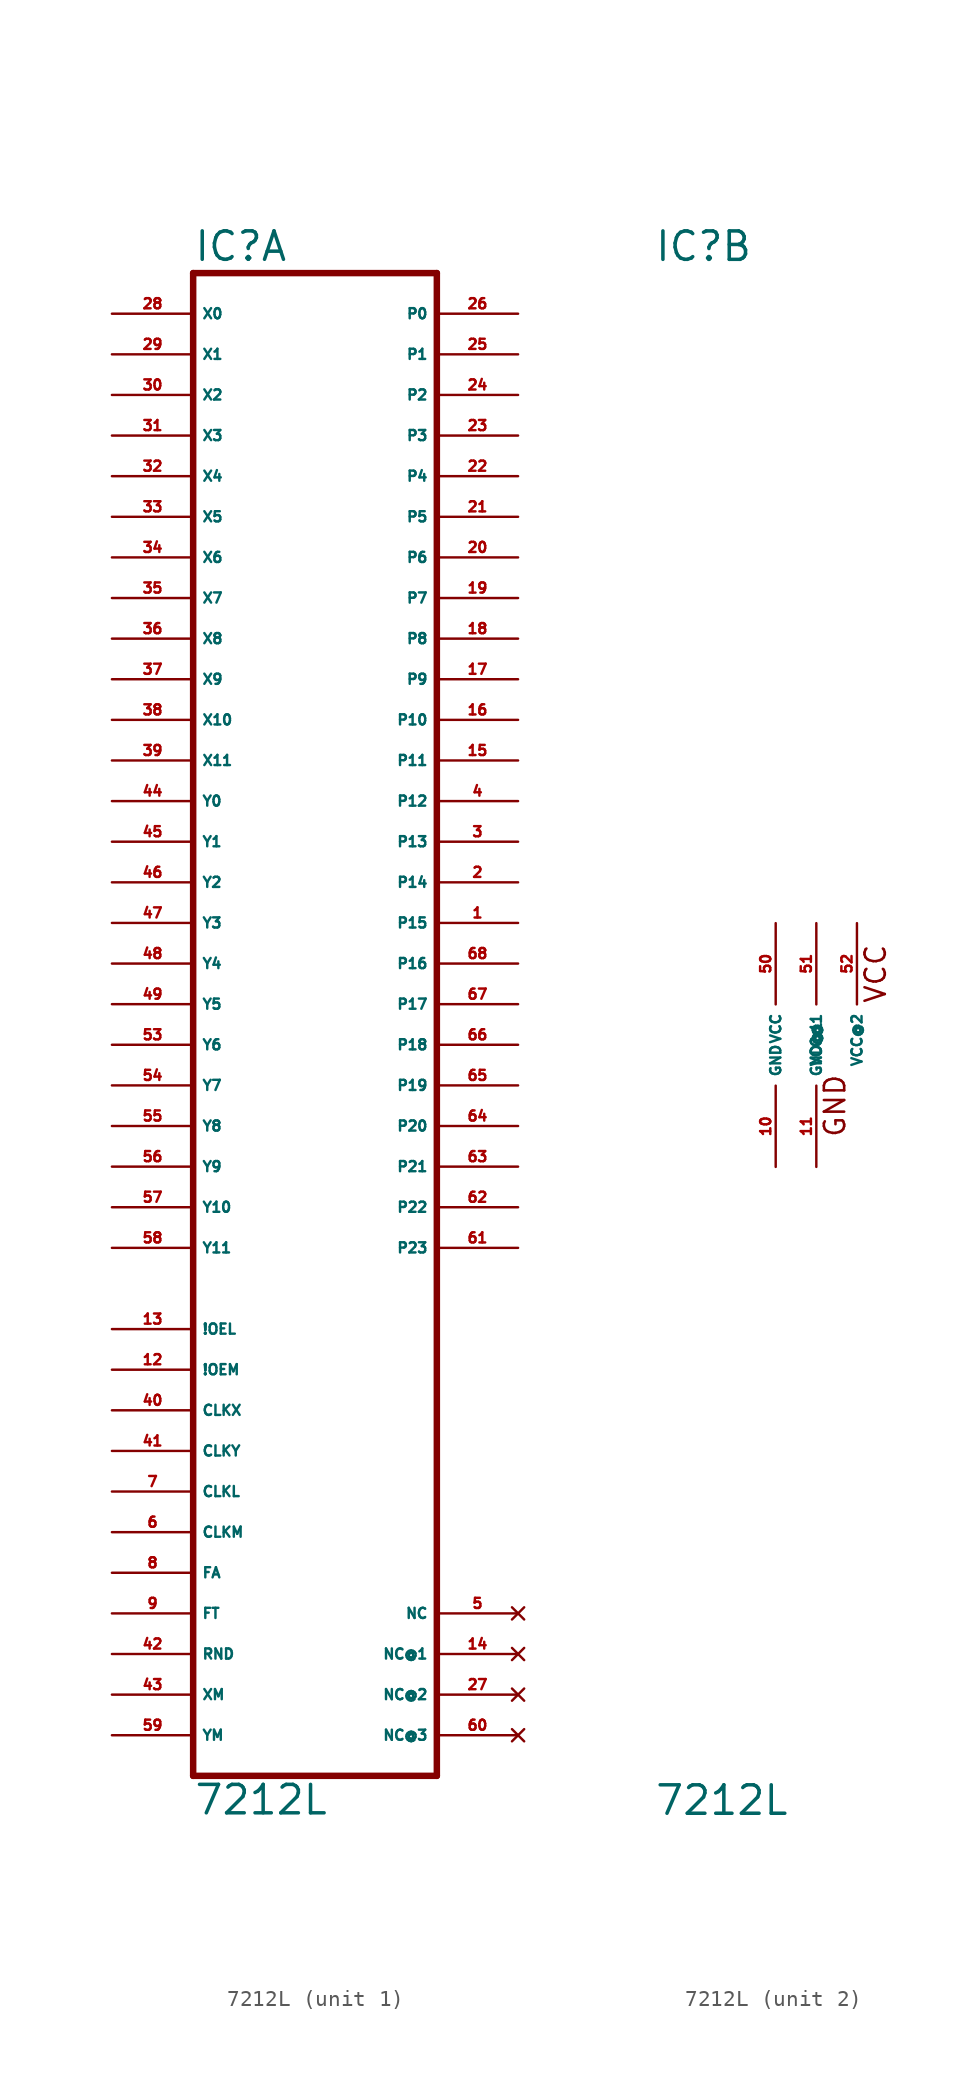
<source format=kicad_sym>
(kicad_symbol_lib
  (version 20220914)
  (generator Eagle2Kicad)
  (symbol "7212L"
    (property "Reference" "IC"
      (at -7.62 48.895 0)
      (effects (font (size 1.778 1.778) (thickness 0.22)) (justify left bottom)))
    (property "Value" "7212L"
      (at -7.62 -48.26 0)
      (effects (font (size 1.778 1.778) (thickness 0.22)) (justify left bottom)))
    (symbol "7212L_1_0"
      (polyline (pts (xy -7.62 -45.72) (xy 7.62 -45.72)) (stroke (width 0.406) (type default)) (fill (type none)))
      (polyline (pts (xy 7.62 -45.72) (xy 7.62 48.26)) (stroke (width 0.406) (type default)) (fill (type none)))
      (polyline (pts (xy 7.62 48.26) (xy -7.62 48.26)) (stroke (width 0.406) (type default)) (fill (type none)))
      (polyline (pts (xy -7.62 48.26) (xy -7.62 -45.72)) (stroke (width 0.406) (type default)) (fill (type none)))
      (pin input line (at -12.7 45.72 0) (length 5.08) (name "X0" (effects (font (size 0.635 0.635) (thickness 0.08)) (justify left bottom))) (number "28" (effects (font (size 0.635 0.635) (thickness 0.08)) (justify left bottom))))
      (pin input line (at -12.7 43.18 0) (length 5.08) (name "X1" (effects (font (size 0.635 0.635) (thickness 0.08)) (justify left bottom))) (number "29" (effects (font (size 0.635 0.635) (thickness 0.08)) (justify left bottom))))
      (pin input line (at -12.7 40.64 0) (length 5.08) (name "X2" (effects (font (size 0.635 0.635) (thickness 0.08)) (justify left bottom))) (number "30" (effects (font (size 0.635 0.635) (thickness 0.08)) (justify left bottom))))
      (pin input line (at -12.7 38.1 0) (length 5.08) (name "X3" (effects (font (size 0.635 0.635) (thickness 0.08)) (justify left bottom))) (number "31" (effects (font (size 0.635 0.635) (thickness 0.08)) (justify left bottom))))
      (pin input line (at -12.7 35.56 0) (length 5.08) (name "X4" (effects (font (size 0.635 0.635) (thickness 0.08)) (justify left bottom))) (number "32" (effects (font (size 0.635 0.635) (thickness 0.08)) (justify left bottom))))
      (pin input line (at -12.7 33.02 0) (length 5.08) (name "X5" (effects (font (size 0.635 0.635) (thickness 0.08)) (justify left bottom))) (number "33" (effects (font (size 0.635 0.635) (thickness 0.08)) (justify left bottom))))
      (pin input line (at -12.7 30.48 0) (length 5.08) (name "X6" (effects (font (size 0.635 0.635) (thickness 0.08)) (justify left bottom))) (number "34" (effects (font (size 0.635 0.635) (thickness 0.08)) (justify left bottom))))
      (pin input line (at -12.7 27.94 0) (length 5.08) (name "X7" (effects (font (size 0.635 0.635) (thickness 0.08)) (justify left bottom))) (number "35" (effects (font (size 0.635 0.635) (thickness 0.08)) (justify left bottom))))
      (pin input line (at -12.7 25.4 0) (length 5.08) (name "X8" (effects (font (size 0.635 0.635) (thickness 0.08)) (justify left bottom))) (number "36" (effects (font (size 0.635 0.635) (thickness 0.08)) (justify left bottom))))
      (pin input line (at -12.7 22.86 0) (length 5.08) (name "X9" (effects (font (size 0.635 0.635) (thickness 0.08)) (justify left bottom))) (number "37" (effects (font (size 0.635 0.635) (thickness 0.08)) (justify left bottom))))
      (pin input line (at -12.7 20.32 0) (length 5.08) (name "X10" (effects (font (size 0.635 0.635) (thickness 0.08)) (justify left bottom))) (number "38" (effects (font (size 0.635 0.635) (thickness 0.08)) (justify left bottom))))
      (pin input line (at -12.7 17.78 0) (length 5.08) (name "X11" (effects (font (size 0.635 0.635) (thickness 0.08)) (justify left bottom))) (number "39" (effects (font (size 0.635 0.635) (thickness 0.08)) (justify left bottom))))
      (pin input line (at -12.7 15.24 0) (length 5.08) (name "Y0" (effects (font (size 0.635 0.635) (thickness 0.08)) (justify left bottom))) (number "44" (effects (font (size 0.635 0.635) (thickness 0.08)) (justify left bottom))))
      (pin input line (at -12.7 12.7 0) (length 5.08) (name "Y1" (effects (font (size 0.635 0.635) (thickness 0.08)) (justify left bottom))) (number "45" (effects (font (size 0.635 0.635) (thickness 0.08)) (justify left bottom))))
      (pin input line (at -12.7 10.16 0) (length 5.08) (name "Y2" (effects (font (size 0.635 0.635) (thickness 0.08)) (justify left bottom))) (number "46" (effects (font (size 0.635 0.635) (thickness 0.08)) (justify left bottom))))
      (pin input line (at -12.7 7.62 0) (length 5.08) (name "Y3" (effects (font (size 0.635 0.635) (thickness 0.08)) (justify left bottom))) (number "47" (effects (font (size 0.635 0.635) (thickness 0.08)) (justify left bottom))))
      (pin input line (at -12.7 5.08 0) (length 5.08) (name "Y4" (effects (font (size 0.635 0.635) (thickness 0.08)) (justify left bottom))) (number "48" (effects (font (size 0.635 0.635) (thickness 0.08)) (justify left bottom))))
      (pin input line (at -12.7 2.54 0) (length 5.08) (name "Y5" (effects (font (size 0.635 0.635) (thickness 0.08)) (justify left bottom))) (number "49" (effects (font (size 0.635 0.635) (thickness 0.08)) (justify left bottom))))
      (pin input line (at -12.7 0 0) (length 5.08) (name "Y6" (effects (font (size 0.635 0.635) (thickness 0.08)) (justify left bottom))) (number "53" (effects (font (size 0.635 0.635) (thickness 0.08)) (justify left bottom))))
      (pin input line (at -12.7 -2.54 0) (length 5.08) (name "Y7" (effects (font (size 0.635 0.635) (thickness 0.08)) (justify left bottom))) (number "54" (effects (font (size 0.635 0.635) (thickness 0.08)) (justify left bottom))))
      (pin input line (at -12.7 -5.08 0) (length 5.08) (name "Y8" (effects (font (size 0.635 0.635) (thickness 0.08)) (justify left bottom))) (number "55" (effects (font (size 0.635 0.635) (thickness 0.08)) (justify left bottom))))
      (pin input line (at -12.7 -7.62 0) (length 5.08) (name "Y9" (effects (font (size 0.635 0.635) (thickness 0.08)) (justify left bottom))) (number "56" (effects (font (size 0.635 0.635) (thickness 0.08)) (justify left bottom))))
      (pin input line (at -12.7 -10.16 0) (length 5.08) (name "Y10" (effects (font (size 0.635 0.635) (thickness 0.08)) (justify left bottom))) (number "57" (effects (font (size 0.635 0.635) (thickness 0.08)) (justify left bottom))))
      (pin input line (at -12.7 -12.7 0) (length 5.08) (name "Y11" (effects (font (size 0.635 0.635) (thickness 0.08)) (justify left bottom))) (number "58" (effects (font (size 0.635 0.635) (thickness 0.08)) (justify left bottom))))
      (pin output line (at 12.7 45.72 180) (length 5.08) (name "P0" (effects (font (size 0.635 0.635) (thickness 0.08)) (justify left bottom))) (number "26" (effects (font (size 0.635 0.635) (thickness 0.08)) (justify left bottom))))
      (pin output line (at 12.7 43.18 180) (length 5.08) (name "P1" (effects (font (size 0.635 0.635) (thickness 0.08)) (justify left bottom))) (number "25" (effects (font (size 0.635 0.635) (thickness 0.08)) (justify left bottom))))
      (pin output line (at 12.7 40.64 180) (length 5.08) (name "P2" (effects (font (size 0.635 0.635) (thickness 0.08)) (justify left bottom))) (number "24" (effects (font (size 0.635 0.635) (thickness 0.08)) (justify left bottom))))
      (pin output line (at 12.7 38.1 180) (length 5.08) (name "P3" (effects (font (size 0.635 0.635) (thickness 0.08)) (justify left bottom))) (number "23" (effects (font (size 0.635 0.635) (thickness 0.08)) (justify left bottom))))
      (pin output line (at 12.7 35.56 180) (length 5.08) (name "P4" (effects (font (size 0.635 0.635) (thickness 0.08)) (justify left bottom))) (number "22" (effects (font (size 0.635 0.635) (thickness 0.08)) (justify left bottom))))
      (pin output line (at 12.7 33.02 180) (length 5.08) (name "P5" (effects (font (size 0.635 0.635) (thickness 0.08)) (justify left bottom))) (number "21" (effects (font (size 0.635 0.635) (thickness 0.08)) (justify left bottom))))
      (pin output line (at 12.7 30.48 180) (length 5.08) (name "P6" (effects (font (size 0.635 0.635) (thickness 0.08)) (justify left bottom))) (number "20" (effects (font (size 0.635 0.635) (thickness 0.08)) (justify left bottom))))
      (pin output line (at 12.7 27.94 180) (length 5.08) (name "P7" (effects (font (size 0.635 0.635) (thickness 0.08)) (justify left bottom))) (number "19" (effects (font (size 0.635 0.635) (thickness 0.08)) (justify left bottom))))
      (pin output line (at 12.7 25.4 180) (length 5.08) (name "P8" (effects (font (size 0.635 0.635) (thickness 0.08)) (justify left bottom))) (number "18" (effects (font (size 0.635 0.635) (thickness 0.08)) (justify left bottom))))
      (pin output line (at 12.7 22.86 180) (length 5.08) (name "P9" (effects (font (size 0.635 0.635) (thickness 0.08)) (justify left bottom))) (number "17" (effects (font (size 0.635 0.635) (thickness 0.08)) (justify left bottom))))
      (pin output line (at 12.7 20.32 180) (length 5.08) (name "P10" (effects (font (size 0.635 0.635) (thickness 0.08)) (justify left bottom))) (number "16" (effects (font (size 0.635 0.635) (thickness 0.08)) (justify left bottom))))
      (pin output line (at 12.7 17.78 180) (length 5.08) (name "P11" (effects (font (size 0.635 0.635) (thickness 0.08)) (justify left bottom))) (number "15" (effects (font (size 0.635 0.635) (thickness 0.08)) (justify left bottom))))
      (pin output line (at 12.7 15.24 180) (length 5.08) (name "P12" (effects (font (size 0.635 0.635) (thickness 0.08)) (justify left bottom))) (number "4" (effects (font (size 0.635 0.635) (thickness 0.08)) (justify left bottom))))
      (pin output line (at 12.7 12.7 180) (length 5.08) (name "P13" (effects (font (size 0.635 0.635) (thickness 0.08)) (justify left bottom))) (number "3" (effects (font (size 0.635 0.635) (thickness 0.08)) (justify left bottom))))
      (pin output line (at 12.7 10.16 180) (length 5.08) (name "P14" (effects (font (size 0.635 0.635) (thickness 0.08)) (justify left bottom))) (number "2" (effects (font (size 0.635 0.635) (thickness 0.08)) (justify left bottom))))
      (pin output line (at 12.7 7.62 180) (length 5.08) (name "P15" (effects (font (size 0.635 0.635) (thickness 0.08)) (justify left bottom))) (number "1" (effects (font (size 0.635 0.635) (thickness 0.08)) (justify left bottom))))
      (pin output line (at 12.7 5.08 180) (length 5.08) (name "P16" (effects (font (size 0.635 0.635) (thickness 0.08)) (justify left bottom))) (number "68" (effects (font (size 0.635 0.635) (thickness 0.08)) (justify left bottom))))
      (pin output line (at 12.7 2.54 180) (length 5.08) (name "P17" (effects (font (size 0.635 0.635) (thickness 0.08)) (justify left bottom))) (number "67" (effects (font (size 0.635 0.635) (thickness 0.08)) (justify left bottom))))
      (pin output line (at 12.7 0 180) (length 5.08) (name "P18" (effects (font (size 0.635 0.635) (thickness 0.08)) (justify left bottom))) (number "66" (effects (font (size 0.635 0.635) (thickness 0.08)) (justify left bottom))))
      (pin output line (at 12.7 -2.54 180) (length 5.08) (name "P19" (effects (font (size 0.635 0.635) (thickness 0.08)) (justify left bottom))) (number "65" (effects (font (size 0.635 0.635) (thickness 0.08)) (justify left bottom))))
      (pin output line (at 12.7 -5.08 180) (length 5.08) (name "P20" (effects (font (size 0.635 0.635) (thickness 0.08)) (justify left bottom))) (number "64" (effects (font (size 0.635 0.635) (thickness 0.08)) (justify left bottom))))
      (pin output line (at 12.7 -7.62 180) (length 5.08) (name "P21" (effects (font (size 0.635 0.635) (thickness 0.08)) (justify left bottom))) (number "63" (effects (font (size 0.635 0.635) (thickness 0.08)) (justify left bottom))))
      (pin output line (at 12.7 -10.16 180) (length 5.08) (name "P22" (effects (font (size 0.635 0.635) (thickness 0.08)) (justify left bottom))) (number "62" (effects (font (size 0.635 0.635) (thickness 0.08)) (justify left bottom))))
      (pin output line (at 12.7 -12.7 180) (length 5.08) (name "P23" (effects (font (size 0.635 0.635) (thickness 0.08)) (justify left bottom))) (number "61" (effects (font (size 0.635 0.635) (thickness 0.08)) (justify left bottom))))
      (pin input line (at -12.7 -30.48 0) (length 5.08) (name "CLKM" (effects (font (size 0.635 0.635) (thickness 0.08)) (justify left bottom))) (number "6" (effects (font (size 0.635 0.635) (thickness 0.08)) (justify left bottom))))
      (pin input line (at -12.7 -22.86 0) (length 5.08) (name "CLKX" (effects (font (size 0.635 0.635) (thickness 0.08)) (justify left bottom))) (number "40" (effects (font (size 0.635 0.635) (thickness 0.08)) (justify left bottom))))
      (pin input line (at -12.7 -25.4 0) (length 5.08) (name "CLKY" (effects (font (size 0.635 0.635) (thickness 0.08)) (justify left bottom))) (number "41" (effects (font (size 0.635 0.635) (thickness 0.08)) (justify left bottom))))
      (pin input line (at -12.7 -33.02 0) (length 5.08) (name "FA" (effects (font (size 0.635 0.635) (thickness 0.08)) (justify left bottom))) (number "8" (effects (font (size 0.635 0.635) (thickness 0.08)) (justify left bottom))))
      (pin input line (at -12.7 -35.56 0) (length 5.08) (name "FT" (effects (font (size 0.635 0.635) (thickness 0.08)) (justify left bottom))) (number "9" (effects (font (size 0.635 0.635) (thickness 0.08)) (justify left bottom))))
      (pin input line (at -12.7 -38.1 0) (length 5.08) (name "RND" (effects (font (size 0.635 0.635) (thickness 0.08)) (justify left bottom))) (number "42" (effects (font (size 0.635 0.635) (thickness 0.08)) (justify left bottom))))
      (pin input line (at -12.7 -40.64 0) (length 5.08) (name "XM" (effects (font (size 0.635 0.635) (thickness 0.08)) (justify left bottom))) (number "43" (effects (font (size 0.635 0.635) (thickness 0.08)) (justify left bottom))))
      (pin input line (at -12.7 -43.18 0) (length 5.08) (name "YM" (effects (font (size 0.635 0.635) (thickness 0.08)) (justify left bottom))) (number "59" (effects (font (size 0.635 0.635) (thickness 0.08)) (justify left bottom))))
      (pin input line (at -12.7 -27.94 0) (length 5.08) (name "CLKL" (effects (font (size 0.635 0.635) (thickness 0.08)) (justify left bottom))) (number "7" (effects (font (size 0.635 0.635) (thickness 0.08)) (justify left bottom))))
      (pin input line (at -12.7 -17.78 0) (length 5.08) (name "!OEL" (effects (font (size 0.635 0.635) (thickness 0.08)) (justify left bottom))) (number "13" (effects (font (size 0.635 0.635) (thickness 0.08)) (justify left bottom))))
      (pin input line (at -12.7 -20.32 0) (length 5.08) (name "!OEM" (effects (font (size 0.635 0.635) (thickness 0.08)) (justify left bottom))) (number "12" (effects (font (size 0.635 0.635) (thickness 0.08)) (justify left bottom))))
      (pin no_connect line (at 12.7 -43.18 180) (length 5.08) (name "NC@3" (effects (font (size 0.635 0.635) (thickness 0.08)) (justify left bottom) hide)) (number "60" (effects (font (size 0.635 0.635) (thickness 0.08)) (justify left bottom) hide)))
      (pin no_connect line (at 12.7 -40.64 180) (length 5.08) (name "NC@2" (effects (font (size 0.635 0.635) (thickness 0.08)) (justify left bottom) hide)) (number "27" (effects (font (size 0.635 0.635) (thickness 0.08)) (justify left bottom) hide)))
      (pin no_connect line (at 12.7 -38.1 180) (length 5.08) (name "NC@1" (effects (font (size 0.635 0.635) (thickness 0.08)) (justify left bottom) hide)) (number "14" (effects (font (size 0.635 0.635) (thickness 0.08)) (justify left bottom) hide)))
      (pin no_connect line (at 12.7 -35.56 180) (length 5.08) (name "NC" (effects (font (size 0.635 0.635) (thickness 0.08)) (justify left bottom) hide)) (number "5" (effects (font (size 0.635 0.635) (thickness 0.08)) (justify left bottom) hide))))
    (symbol "7212L_2_0"
      (text "GND" (at 4.445 -5.842 900) (effects (font (size 1.27 1.27) (thickness 0.16)) (justify left bottom)))
      (text "VCC" (at 6.985 2.54 900) (effects (font (size 1.27 1.27) (thickness 0.16)) (justify left bottom)))
      (pin unspecified line (at 0 7.62 270) (length 5.08) (name "VCC" (effects (font (size 0.635 0.635) (thickness 0.08)) (justify left bottom))) (number "50" (effects (font (size 0.635 0.635) (thickness 0.08)) (justify left bottom))))
      (pin unspecified line (at 0 -7.62 90) (length 5.08) (name "GND" (effects (font (size 0.635 0.635) (thickness 0.08)) (justify left bottom))) (number "10" (effects (font (size 0.635 0.635) (thickness 0.08)) (justify left bottom))))
      (pin unspecified line (at 2.54 7.62 270) (length 5.08) (name "VCC@1" (effects (font (size 0.635 0.635) (thickness 0.08)) (justify left bottom))) (number "51" (effects (font (size 0.635 0.635) (thickness 0.08)) (justify left bottom))))
      (pin unspecified line (at 2.54 -7.62 90) (length 5.08) (name "GND@1" (effects (font (size 0.635 0.635) (thickness 0.08)) (justify left bottom))) (number "11" (effects (font (size 0.635 0.635) (thickness 0.08)) (justify left bottom))))
      (pin unspecified line (at 5.08 7.62 270) (length 5.08) (name "VCC@2" (effects (font (size 0.635 0.635) (thickness 0.08)) (justify left bottom))) (number "52" (effects (font (size 0.635 0.635) (thickness 0.08)) (justify left bottom)))))))
</source>
